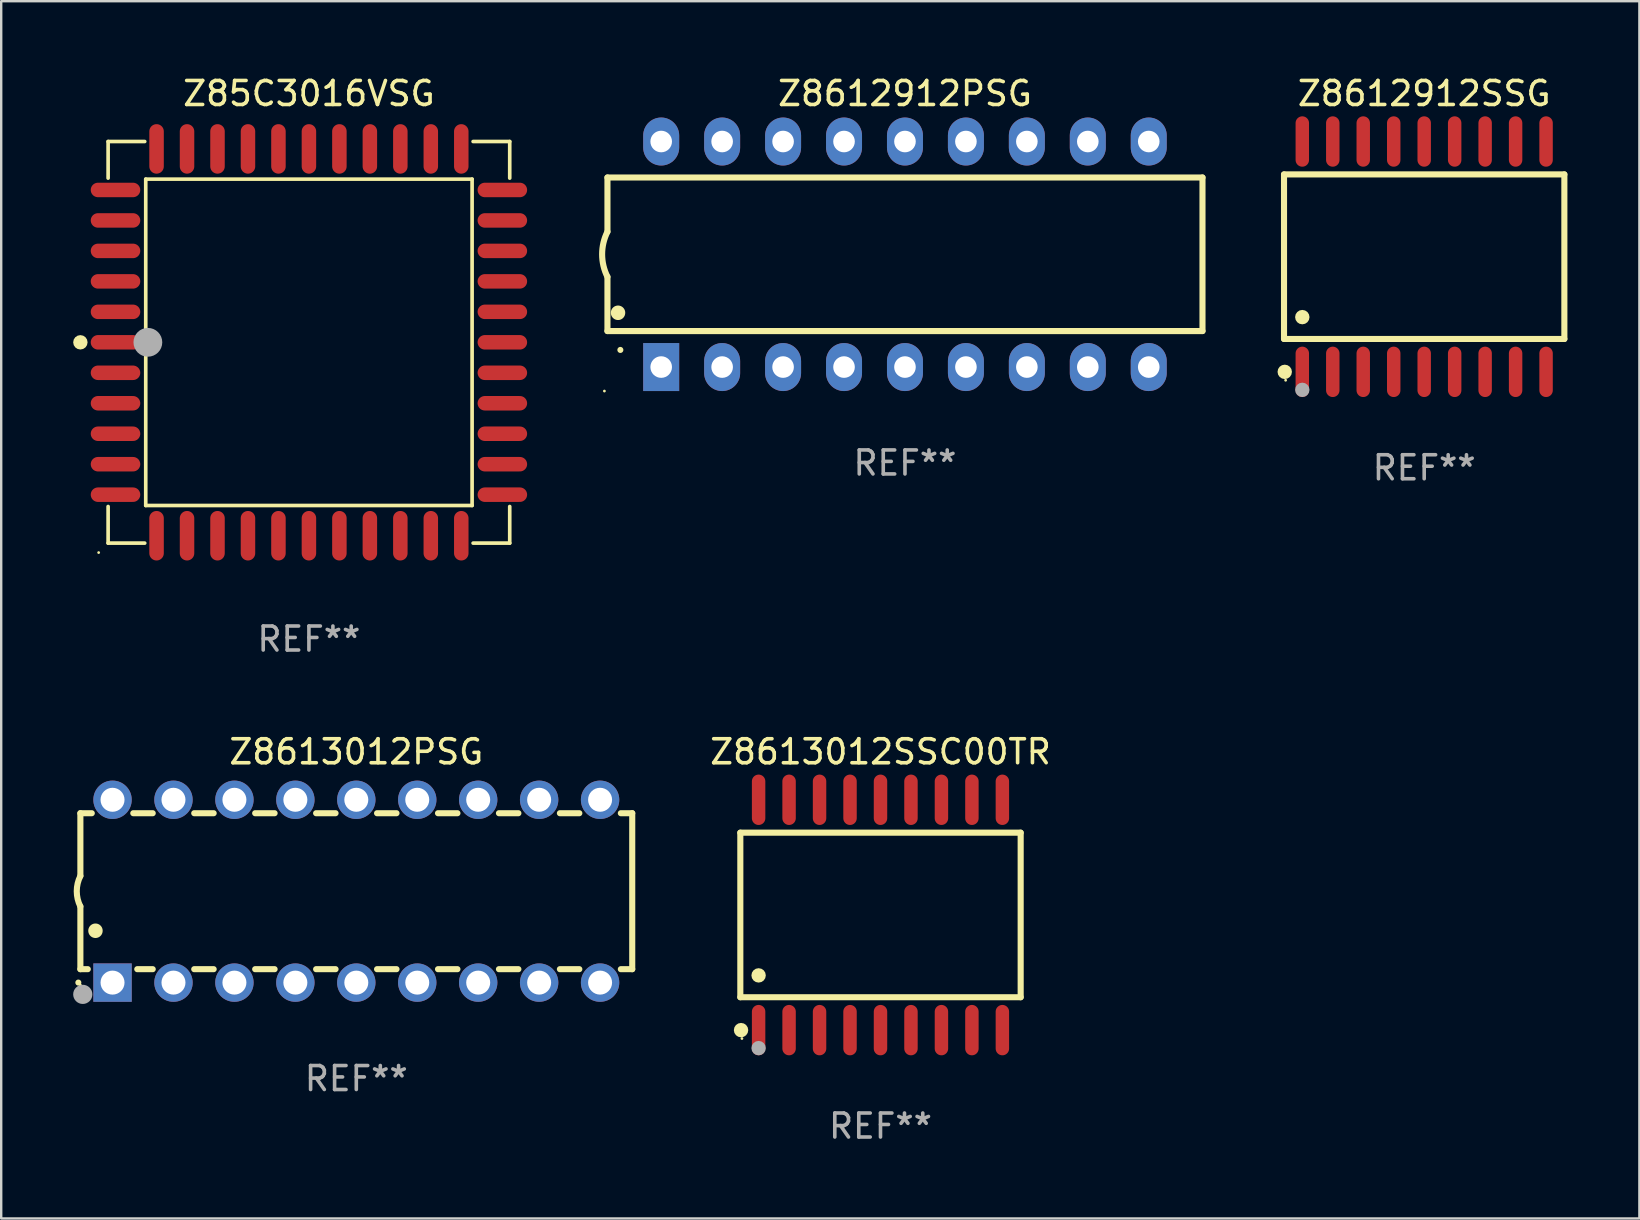
<source format=kicad_pcb>
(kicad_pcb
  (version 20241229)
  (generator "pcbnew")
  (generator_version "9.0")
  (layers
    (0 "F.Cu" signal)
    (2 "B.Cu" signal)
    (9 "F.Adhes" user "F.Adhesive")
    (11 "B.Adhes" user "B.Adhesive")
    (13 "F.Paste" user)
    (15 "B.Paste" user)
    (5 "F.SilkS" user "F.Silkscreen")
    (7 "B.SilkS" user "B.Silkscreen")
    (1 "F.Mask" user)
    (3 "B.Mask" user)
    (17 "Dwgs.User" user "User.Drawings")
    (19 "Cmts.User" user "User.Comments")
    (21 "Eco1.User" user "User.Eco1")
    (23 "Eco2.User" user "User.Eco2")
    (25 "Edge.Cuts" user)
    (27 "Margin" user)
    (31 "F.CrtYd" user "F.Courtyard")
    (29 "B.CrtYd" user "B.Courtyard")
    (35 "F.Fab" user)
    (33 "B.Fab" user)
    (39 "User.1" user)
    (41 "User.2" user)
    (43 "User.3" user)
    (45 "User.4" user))
  (footprint "Z8612912SSG"
    (layer "F.Cu")
    (at 56.307 7.648)
    (property "Reference" "Z8612912SSG" (at 0 -6.8 0) (layer "F.SilkS") (effects (font (size 1 1) (thickness 0.15))))
    (attr through_hole)
    (fp_line (start -5.842 -3.429) (end -5.842 3.429) (stroke (width 0.254) (type solid)) (layer "F.SilkS"))
    (fp_line (start -5.842 3.429) (end 5.842 3.429) (stroke (width 0.254) (type solid)) (layer "F.SilkS"))
    (fp_line (start 5.842 -3.429) (end -5.842 -3.429) (stroke (width 0.254) (type solid)) (layer "F.SilkS"))
    (fp_line (start 5.842 3.429) (end 5.842 -3.429) (stroke (width 0.254) (type solid)) (layer "F.SilkS"))
    (fp_circle (center -5.812 4.8) (end -5.662 4.8) (stroke (width 0.3) (type solid)) (fill no) (layer "F.SilkS"))
    (fp_circle (center -5.775 5.15) (end -5.745 5.15) (stroke (width 0.06) (type solid)) (fill no) (layer "F.SilkS"))
    (fp_circle (center -5.08 2.519) (end -4.93 2.519) (stroke (width 0.3) (type solid)) (fill no) (layer "F.SilkS"))
    (fp_circle (center -5.08 5.55) (end -4.93 5.55) (stroke (width 0.3) (type solid)) (fill no) (layer "F.Fab"))
    (fp_text user "REF**" (at 0 8.8 0) (layer "F.Fab") (effects (font (size 1 1) (thickness 0.15))))
    (pad "1" smd oval (at -5.08 4.8) (size 0.56 2.1) (layers "F.Cu" "F.Mask" "F.Paste"))
    (pad "2" smd oval (at -3.81 4.8) (size 0.56 2.1) (layers "F.Cu" "F.Mask" "F.Paste"))
    (pad "3" smd oval (at -2.54 4.8) (size 0.56 2.1) (layers "F.Cu" "F.Mask" "F.Paste"))
    (pad "4" smd oval (at -1.27 4.8) (size 0.56 2.1) (layers "F.Cu" "F.Mask" "F.Paste"))
    (pad "5" smd oval (at 0 4.8) (size 0.56 2.1) (layers "F.Cu" "F.Mask" "F.Paste"))
    (pad "6" smd oval (at 1.27 4.8) (size 0.56 2.1) (layers "F.Cu" "F.Mask" "F.Paste"))
    (pad "7" smd oval (at 2.54 4.8) (size 0.56 2.1) (layers "F.Cu" "F.Mask" "F.Paste"))
    (pad "8" smd oval (at 3.81 4.8) (size 0.56 2.1) (layers "F.Cu" "F.Mask" "F.Paste"))
    (pad "9" smd oval (at 5.08 4.8) (size 0.56 2.1) (layers "F.Cu" "F.Mask" "F.Paste"))
    (pad "10" smd oval (at 5.08 -4.8) (size 0.56 2.1) (layers "F.Cu" "F.Mask" "F.Paste"))
    (pad "11" smd oval (at 3.81 -4.8) (size 0.56 2.1) (layers "F.Cu" "F.Mask" "F.Paste"))
    (pad "12" smd oval (at 2.54 -4.8) (size 0.56 2.1) (layers "F.Cu" "F.Mask" "F.Paste"))
    (pad "13" smd oval (at 1.27 -4.8) (size 0.56 2.1) (layers "F.Cu" "F.Mask" "F.Paste"))
    (pad "14" smd oval (at 0 -4.8) (size 0.56 2.1) (layers "F.Cu" "F.Mask" "F.Paste"))
    (pad "15" smd oval (at -1.27 -4.8) (size 0.56 2.1) (layers "F.Cu" "F.Mask" "F.Paste"))
    (pad "16" smd oval (at -2.54 -4.8) (size 0.56 2.1) (layers "F.Cu" "F.Mask" "F.Paste"))
    (pad "17" smd oval (at -3.81 -4.8) (size 0.56 2.1) (layers "F.Cu" "F.Mask" "F.Paste"))
    (pad "18" smd oval (at -5.08 -4.8) (size 0.56 2.1) (layers "F.Cu" "F.Mask" "F.Paste")))
  (footprint "Z8613012SSC00TR"
    (layer "F.Cu")
    (at 33.647 35.083)
    (property "Reference" "Z8613012SSC00TR" (at 0 -6.8 0) (layer "F.SilkS") (effects (font (size 1 1) (thickness 0.15))))
    (attr through_hole)
    (fp_line (start -5.842 -3.429) (end -5.842 3.429) (stroke (width 0.254) (type solid)) (layer "F.SilkS"))
    (fp_line (start -5.842 3.429) (end 5.842 3.429) (stroke (width 0.254) (type solid)) (layer "F.SilkS"))
    (fp_line (start 5.842 -3.429) (end -5.842 -3.429) (stroke (width 0.254) (type solid)) (layer "F.SilkS"))
    (fp_line (start 5.842 3.429) (end 5.842 -3.429) (stroke (width 0.254) (type solid)) (layer "F.SilkS"))
    (fp_circle (center -5.812 4.8) (end -5.662 4.8) (stroke (width 0.3) (type solid)) (fill no) (layer "F.SilkS"))
    (fp_circle (center -5.775 5.15) (end -5.745 5.15) (stroke (width 0.06) (type solid)) (fill no) (layer "F.SilkS"))
    (fp_circle (center -5.08 2.519) (end -4.93 2.519) (stroke (width 0.3) (type solid)) (fill no) (layer "F.SilkS"))
    (fp_circle (center -5.08 5.55) (end -4.93 5.55) (stroke (width 0.3) (type solid)) (fill no) (layer "F.Fab"))
    (fp_text user "REF**" (at 0 8.8 0) (layer "F.Fab") (effects (font (size 1 1) (thickness 0.15))))
    (pad "1" smd oval (at -5.08 4.8) (size 0.56 2.1) (layers "F.Cu" "F.Mask" "F.Paste"))
    (pad "2" smd oval (at -3.81 4.8) (size 0.56 2.1) (layers "F.Cu" "F.Mask" "F.Paste"))
    (pad "3" smd oval (at -2.54 4.8) (size 0.56 2.1) (layers "F.Cu" "F.Mask" "F.Paste"))
    (pad "4" smd oval (at -1.27 4.8) (size 0.56 2.1) (layers "F.Cu" "F.Mask" "F.Paste"))
    (pad "5" smd oval (at 0 4.8) (size 0.56 2.1) (layers "F.Cu" "F.Mask" "F.Paste"))
    (pad "6" smd oval (at 1.27 4.8) (size 0.56 2.1) (layers "F.Cu" "F.Mask" "F.Paste"))
    (pad "7" smd oval (at 2.54 4.8) (size 0.56 2.1) (layers "F.Cu" "F.Mask" "F.Paste"))
    (pad "8" smd oval (at 3.81 4.8) (size 0.56 2.1) (layers "F.Cu" "F.Mask" "F.Paste"))
    (pad "9" smd oval (at 5.08 4.8) (size 0.56 2.1) (layers "F.Cu" "F.Mask" "F.Paste"))
    (pad "10" smd oval (at 5.08 -4.8) (size 0.56 2.1) (layers "F.Cu" "F.Mask" "F.Paste"))
    (pad "11" smd oval (at 3.81 -4.8) (size 0.56 2.1) (layers "F.Cu" "F.Mask" "F.Paste"))
    (pad "12" smd oval (at 2.54 -4.8) (size 0.56 2.1) (layers "F.Cu" "F.Mask" "F.Paste"))
    (pad "13" smd oval (at 1.27 -4.8) (size 0.56 2.1) (layers "F.Cu" "F.Mask" "F.Paste"))
    (pad "14" smd oval (at 0 -4.8) (size 0.56 2.1) (layers "F.Cu" "F.Mask" "F.Paste"))
    (pad "15" smd oval (at -1.27 -4.8) (size 0.56 2.1) (layers "F.Cu" "F.Mask" "F.Paste"))
    (pad "16" smd oval (at -2.54 -4.8) (size 0.56 2.1) (layers "F.Cu" "F.Mask" "F.Paste"))
    (pad "17" smd oval (at -3.81 -4.8) (size 0.56 2.1) (layers "F.Cu" "F.Mask" "F.Paste"))
    (pad "18" smd oval (at -5.08 -4.8) (size 0.56 2.1) (layers "F.Cu" "F.Mask" "F.Paste")))
  (footprint "Z8612912PSG"
    (layer "F.Cu")
    (at 34.667 7.548)
    (property "Reference" "Z8612912PSG" (at 0 -6.7 0) (layer "F.SilkS") (effects (font (size 1 1) (thickness 0.15))))
    (attr through_hole)
    (fp_line (start -12.4 -3.2) (end -12.4 -0.94) (stroke (width 0.254) (type solid)) (layer "F.SilkS"))
    (fp_line (start -12.4 -3.2) (end 12.4 -3.2) (stroke (width 0.254) (type solid)) (layer "F.SilkS"))
    (fp_line (start -12.4 3.2) (end -12.4 0.94) (stroke (width 0.254) (type solid)) (layer "F.SilkS"))
    (fp_line (start -12.4 3.2) (end 12.4 3.2) (stroke (width 0.254) (type solid)) (layer "F.SilkS"))
    (fp_line (start 12.4 -3.2) (end 12.4 3.2) (stroke (width 0.254) (type solid)) (layer "F.SilkS"))
    (fp_arc (start -12.400305 0.938531) (mid -12.621952 -0.000821) (end -12.400025 -0.940107) (stroke (width 0.254001) (type solid)) (layer "F.SilkS"))
    (fp_arc (start -11.958623 2.440843) (mid -11.958634 2.438303) (end -11.958623 2.435763) (stroke (width 0.6) (type solid)) (layer "F.SilkS"))
    (fp_arc (start -11.861824 3.987706) (mid -11.861831 3.986436) (end -11.861824 3.985166) (stroke (width 0.25) (type solid)) (layer "F.SilkS"))
    (fp_circle (center -12.527 5.7) (end -12.497 5.7) (stroke (width 0.06) (type solid)) (fill no) (layer "F.SilkS"))
    (fp_text user "REF**" (at 0 8.7 0) (layer "F.Fab") (effects (font (size 1 1) (thickness 0.15))))
    (pad "1" thru_hole rect (at -10.16 4.7 90) (size 2 1.5) (drill 0.9) (layers "*.Cu" "*.Mask"))
    (pad "2" thru_hole oval (at -7.62 4.7 90) (size 2 1.5) (drill 0.9) (layers "*.Cu" "*.Mask"))
    (pad "3" thru_hole oval (at -5.08 4.7 90) (size 2 1.5) (drill 0.9) (layers "*.Cu" "*.Mask"))
    (pad "4" thru_hole oval (at -2.54 4.7 90) (size 2 1.5) (drill 0.9) (layers "*.Cu" "*.Mask"))
    (pad "5" thru_hole oval (at 0 4.7 90) (size 2 1.5) (drill 0.9) (layers "*.Cu" "*.Mask"))
    (pad "6" thru_hole oval (at 2.54 4.7 90) (size 2 1.5) (drill 0.9) (layers "*.Cu" "*.Mask"))
    (pad "7" thru_hole oval (at 5.08 4.7 90) (size 2 1.5) (drill 0.9) (layers "*.Cu" "*.Mask"))
    (pad "8" thru_hole oval (at 7.62 4.7 90) (size 2 1.5) (drill 0.9) (layers "*.Cu" "*.Mask"))
    (pad "9" thru_hole oval (at 10.16 4.7 90) (size 2 1.5) (drill 0.9) (layers "*.Cu" "*.Mask"))
    (pad "10" thru_hole oval (at 10.16 -4.7 90) (size 2 1.5) (drill 0.9) (layers "*.Cu" "*.Mask"))
    (pad "11" thru_hole oval (at 7.62 -4.7 90) (size 2 1.5) (drill 0.9) (layers "*.Cu" "*.Mask"))
    (pad "12" thru_hole oval (at 5.08 -4.7 90) (size 2 1.5) (drill 0.9) (layers "*.Cu" "*.Mask"))
    (pad "13" thru_hole oval (at 2.54 -4.7 90) (size 2 1.5) (drill 0.9) (layers "*.Cu" "*.Mask"))
    (pad "14" thru_hole oval (at 0 -4.7 90) (size 2 1.5) (drill 0.9) (layers "*.Cu" "*.Mask"))
    (pad "15" thru_hole oval (at -2.54 -4.7 90) (size 2 1.5) (drill 0.9) (layers "*.Cu" "*.Mask"))
    (pad "16" thru_hole oval (at -5.08 -4.7 90) (size 2 1.5) (drill 0.9) (layers "*.Cu" "*.Mask"))
    (pad "17" thru_hole oval (at -7.62 -4.7 90) (size 2 1.5) (drill 0.9) (layers "*.Cu" "*.Mask"))
    (pad "18" thru_hole oval (at -10.16 -4.7 90) (size 2 1.5) (drill 0.9) (layers "*.Cu" "*.Mask")))
  (footprint "Z8613012PSG"
    (layer "F.Cu")
    (at 11.8 34.093)
    (property "Reference" "Z8613012PSG" (at 0 -5.81 0) (layer "F.SilkS") (effects (font (size 1 1) (thickness 0.15))))
    (attr through_hole)
    (fp_line (start -11.5 -3.25) (end -11.5 -0.635) (stroke (width 0.254) (type solid)) (layer "F.SilkS"))
    (fp_line (start -11.5 3.25) (end -11.5 0.635) (stroke (width 0.254) (type solid)) (layer "F.SilkS"))
    (fp_line (start -11.5 3.25) (end -11.191 3.25) (stroke (width 0.254) (type solid)) (layer "F.SilkS"))
    (fp_line (start -11.025 -3.25) (end -11.5 -3.25) (stroke (width 0.254) (type solid)) (layer "F.SilkS"))
    (fp_line (start -9.129 3.25) (end -8.485 3.25) (stroke (width 0.254) (type solid)) (layer "F.SilkS"))
    (fp_line (start -8.485 -3.25) (end -9.295 -3.25) (stroke (width 0.254) (type solid)) (layer "F.SilkS"))
    (fp_line (start -6.755 3.25) (end -5.945 3.25) (stroke (width 0.254) (type solid)) (layer "F.SilkS"))
    (fp_line (start -5.945 -3.25) (end -6.755 -3.25) (stroke (width 0.254) (type solid)) (layer "F.SilkS"))
    (fp_line (start -4.215 3.25) (end -3.405 3.25) (stroke (width 0.254) (type solid)) (layer "F.SilkS"))
    (fp_line (start -3.405 -3.25) (end -4.215 -3.25) (stroke (width 0.254) (type solid)) (layer "F.SilkS"))
    (fp_line (start -1.675 3.25) (end -0.865 3.25) (stroke (width 0.254) (type solid)) (layer "F.SilkS"))
    (fp_line (start -0.865 -3.25) (end -1.675 -3.25) (stroke (width 0.254) (type solid)) (layer "F.SilkS"))
    (fp_line (start 0.865 3.25) (end 1.675 3.25) (stroke (width 0.254) (type solid)) (layer "F.SilkS"))
    (fp_line (start 1.675 -3.25) (end 0.865 -3.25) (stroke (width 0.254) (type solid)) (layer "F.SilkS"))
    (fp_line (start 3.405 3.25) (end 4.215 3.25) (stroke (width 0.254) (type solid)) (layer "F.SilkS"))
    (fp_line (start 4.215 -3.25) (end 3.405 -3.25) (stroke (width 0.254) (type solid)) (layer "F.SilkS"))
    (fp_line (start 5.945 3.25) (end 6.755 3.25) (stroke (width 0.254) (type solid)) (layer "F.SilkS"))
    (fp_line (start 6.755 -3.25) (end 5.945 -3.25) (stroke (width 0.254) (type solid)) (layer "F.SilkS"))
    (fp_line (start 8.485 3.25) (end 9.295 3.25) (stroke (width 0.254) (type solid)) (layer "F.SilkS"))
    (fp_line (start 9.295 -3.25) (end 8.485 -3.25) (stroke (width 0.254) (type solid)) (layer "F.SilkS"))
    (fp_line (start 11.025 3.25) (end 11.5 3.25) (stroke (width 0.254) (type solid)) (layer "F.SilkS"))
    (fp_line (start 11.5 -3.25) (end 11.025 -3.25) (stroke (width 0.254) (type solid)) (layer "F.SilkS"))
    (fp_line (start 11.5 -3.25) (end 11.5 3.25) (stroke (width 0.254) (type solid)) (layer "F.SilkS"))
    (fp_arc (start -11.584963 3.810008) (mid -11.58497 3.808738) (end -11.584963 3.807468) (stroke (width 0.25) (type solid)) (layer "F.SilkS"))
    (fp_arc (start -11.501143 0.635001) (mid -11.650665 -0.000132) (end -11.500025 -0.635001) (stroke (width 0.254001) (type solid)) (layer "F.SilkS"))
    (fp_arc (start -10.871222 1.651003) (mid -10.871233 1.648463) (end -10.871222 1.645923) (stroke (width 0.6) (type solid)) (layer "F.SilkS"))
    (fp_circle (center -11.5 3.91) (end -11.47 3.91) (stroke (width 0.06) (type solid)) (fill no) (layer "F.SilkS"))
    (fp_circle (center -11.4 4.3) (end -11.2 4.3) (stroke (width 0.4) (type solid)) (fill no) (layer "F.Fab"))
    (fp_text user "REF**" (at 0 7.81 0) (layer "F.Fab") (effects (font (size 1 1) (thickness 0.15))))
    (pad "1" thru_hole rect (at -10.16 3.81 90) (size 1.6 1.6) (drill 1) (layers "*.Cu" "*.Mask"))
    (pad "2" thru_hole circle (at -7.62 3.81 90) (size 1.6 1.6) (drill 1) (layers "*.Cu" "*.Mask"))
    (pad "3" thru_hole circle (at -5.08 3.81 90) (size 1.6 1.6) (drill 1) (layers "*.Cu" "*.Mask"))
    (pad "4" thru_hole circle (at -2.54 3.81 90) (size 1.6 1.6) (drill 1) (layers "*.Cu" "*.Mask"))
    (pad "5" thru_hole circle (at 0 3.81 90) (size 1.6 1.6) (drill 1) (layers "*.Cu" "*.Mask"))
    (pad "6" thru_hole circle (at 2.54 3.81 90) (size 1.6 1.6) (drill 1) (layers "*.Cu" "*.Mask"))
    (pad "7" thru_hole circle (at 5.08 3.81 90) (size 1.6 1.6) (drill 1) (layers "*.Cu" "*.Mask"))
    (pad "8" thru_hole circle (at 7.62 3.81 90) (size 1.6 1.6) (drill 1) (layers "*.Cu" "*.Mask"))
    (pad "9" thru_hole circle (at 10.16 3.81 90) (size 1.6 1.6) (drill 1) (layers "*.Cu" "*.Mask"))
    (pad "10" thru_hole circle (at 10.16 -3.81 90) (size 1.6 1.6) (drill 1) (layers "*.Cu" "*.Mask"))
    (pad "11" thru_hole circle (at 7.62 -3.81 90) (size 1.6 1.6) (drill 1) (layers "*.Cu" "*.Mask"))
    (pad "12" thru_hole circle (at 5.08 -3.81 90) (size 1.6 1.6) (drill 1) (layers "*.Cu" "*.Mask"))
    (pad "13" thru_hole circle (at 2.54 -3.81 90) (size 1.6 1.6) (drill 1) (layers "*.Cu" "*.Mask"))
    (pad "14" thru_hole circle (at 0 -3.81 90) (size 1.6 1.6) (drill 1) (layers "*.Cu" "*.Mask"))
    (pad "15" thru_hole circle (at -2.54 -3.81 90) (size 1.6 1.6) (drill 1) (layers "*.Cu" "*.Mask"))
    (pad "16" thru_hole circle (at -5.08 -3.81 90) (size 1.6 1.6) (drill 1) (layers "*.Cu" "*.Mask"))
    (pad "17" thru_hole circle (at -7.62 -3.81 90) (size 1.6 1.6) (drill 1) (layers "*.Cu" "*.Mask"))
    (pad "18" thru_hole circle (at -10.16 -3.81 90) (size 1.6 1.6) (drill 1) (layers "*.Cu" "*.Mask")))
  (footprint "Z85C3016VSG"
    (layer "F.Cu")
    (at 9.825 11.217)
    (property "Reference" "Z85C3016VSG" (at 0 -10.369 0) (layer "F.SilkS") (effects (font (size 1 1) (thickness 0.15))))
    (attr through_hole)
    (fp_line (start -8.369 -8.369) (end -6.843 -8.369) (stroke (width 0.152) (type solid)) (layer "F.SilkS"))
    (fp_line (start -8.369 -6.843) (end -8.369 -8.369) (stroke (width 0.152) (type solid)) (layer "F.SilkS"))
    (fp_line (start -8.369 6.843) (end -8.369 8.369) (stroke (width 0.152) (type solid)) (layer "F.SilkS"))
    (fp_line (start -8.369 8.369) (end -6.843 8.369) (stroke (width 0.152) (type solid)) (layer "F.SilkS"))
    (fp_line (start -6.801 -6.801) (end 6.801 -6.801) (stroke (width 0.152) (type solid)) (layer "F.SilkS"))
    (fp_line (start -6.801 6.801) (end -6.801 -6.801) (stroke (width 0.152) (type solid)) (layer "F.SilkS"))
    (fp_line (start 6.801 -6.801) (end 6.801 6.801) (stroke (width 0.152) (type solid)) (layer "F.SilkS"))
    (fp_line (start 6.801 6.801) (end -6.801 6.801) (stroke (width 0.152) (type solid)) (layer "F.SilkS"))
    (fp_line (start 8.369 -8.369) (end 6.843 -8.369) (stroke (width 0.152) (type solid)) (layer "F.SilkS"))
    (fp_line (start 8.369 -6.843) (end 8.369 -8.369) (stroke (width 0.152) (type solid)) (layer "F.SilkS"))
    (fp_line (start 8.369 6.843) (end 8.369 8.369) (stroke (width 0.152) (type solid)) (layer "F.SilkS"))
    (fp_line (start 8.369 8.369) (end 6.843 8.369) (stroke (width 0.152) (type solid)) (layer "F.SilkS"))
    (fp_circle (center -9.525 -0.000127) (end -9.375 -0.000127) (stroke (width 0.3) (type solid)) (fill no) (layer "F.SilkS"))
    (fp_circle (center -8.763 8.763) (end -8.733 8.763) (stroke (width 0.06) (type solid)) (fill no) (layer "F.SilkS"))
    (fp_circle (center -6.712 -0.000127) (end -6.412 -0.000127) (stroke (width 0.6) (type solid)) (fill no) (layer "F.Fab"))
    (fp_text user "REF**" (at 0 12.369 0) (layer "F.Fab") (effects (font (size 1 1) (thickness 0.15))))
    (pad "1" smd oval (at -8.061 -0.000127 90) (size 0.604 2.064) (layers "F.Cu" "F.Mask" "F.Paste"))
    (pad "2" smd oval (at -8.061 1.27 90) (size 0.604 2.064) (layers "F.Cu" "F.Mask" "F.Paste"))
    (pad "3" smd oval (at -8.061 2.54 90) (size 0.604 2.064) (layers "F.Cu" "F.Mask" "F.Paste"))
    (pad "4" smd oval (at -8.061 3.81 90) (size 0.604 2.064) (layers "F.Cu" "F.Mask" "F.Paste"))
    (pad "5" smd oval (at -8.061 5.08 90) (size 0.604 2.064) (layers "F.Cu" "F.Mask" "F.Paste"))
    (pad "6" smd oval (at -8.061 6.35 90) (size 0.604 2.064) (layers "F.Cu" "F.Mask" "F.Paste"))
    (pad "7" smd oval (at -6.35 8.061 90) (size 2.064 0.604) (layers "F.Cu" "F.Mask" "F.Paste"))
    (pad "8" smd oval (at -5.08 8.061 90) (size 2.064 0.604) (layers "F.Cu" "F.Mask" "F.Paste"))
    (pad "9" smd oval (at -3.81 8.061 90) (size 2.064 0.604) (layers "F.Cu" "F.Mask" "F.Paste"))
    (pad "10" smd oval (at -2.54 8.061 90) (size 2.064 0.604) (layers "F.Cu" "F.Mask" "F.Paste"))
    (pad "11" smd oval (at -1.27 8.061 90) (size 2.064 0.604) (layers "F.Cu" "F.Mask" "F.Paste"))
    (pad "12" smd oval (at 0.000076 8.061 90) (size 2.064 0.604) (layers "F.Cu" "F.Mask" "F.Paste"))
    (pad "13" smd oval (at 1.27 8.061 90) (size 2.064 0.604) (layers "F.Cu" "F.Mask" "F.Paste"))
    (pad "14" smd oval (at 2.54 8.061 90) (size 2.064 0.604) (layers "F.Cu" "F.Mask" "F.Paste"))
    (pad "15" smd oval (at 3.81 8.061 90) (size 2.064 0.604) (layers "F.Cu" "F.Mask" "F.Paste"))
    (pad "16" smd oval (at 5.08 8.061 90) (size 2.064 0.604) (layers "F.Cu" "F.Mask" "F.Paste"))
    (pad "17" smd oval (at 6.35 8.061 90) (size 2.064 0.604) (layers "F.Cu" "F.Mask" "F.Paste"))
    (pad "18" smd oval (at 8.062 6.35 90) (size 0.604 2.064) (layers "F.Cu" "F.Mask" "F.Paste"))
    (pad "19" smd oval (at 8.062 5.08 90) (size 0.604 2.064) (layers "F.Cu" "F.Mask" "F.Paste"))
    (pad "20" smd oval (at 8.062 3.81 90) (size 0.604 2.064) (layers "F.Cu" "F.Mask" "F.Paste"))
    (pad "21" smd oval (at 8.062 2.54 90) (size 0.604 2.064) (layers "F.Cu" "F.Mask" "F.Paste"))
    (pad "22" smd oval (at 8.062 1.27 90) (size 0.604 2.064) (layers "F.Cu" "F.Mask" "F.Paste"))
    (pad "23" smd oval (at 8.062 -0.000127 90) (size 0.604 2.064) (layers "F.Cu" "F.Mask" "F.Paste"))
    (pad "24" smd oval (at 8.062 -1.27 90) (size 0.604 2.064) (layers "F.Cu" "F.Mask" "F.Paste"))
    (pad "25" smd oval (at 8.062 -2.54 90) (size 0.604 2.064) (layers "F.Cu" "F.Mask" "F.Paste"))
    (pad "26" smd oval (at 8.062 -3.81 90) (size 0.604 2.064) (layers "F.Cu" "F.Mask" "F.Paste"))
    (pad "27" smd oval (at 8.062 -5.08 90) (size 0.604 2.064) (layers "F.Cu" "F.Mask" "F.Paste"))
    (pad "28" smd oval (at 8.062 -6.35 90) (size 0.604 2.064) (layers "F.Cu" "F.Mask" "F.Paste"))
    (pad "29" smd oval (at 6.35 -8.061 90) (size 2.064 0.604) (layers "F.Cu" "F.Mask" "F.Paste"))
    (pad "30" smd oval (at 5.08 -8.061 90) (size 2.064 0.604) (layers "F.Cu" "F.Mask" "F.Paste"))
    (pad "31" smd oval (at 3.81 -8.061 90) (size 2.064 0.604) (layers "F.Cu" "F.Mask" "F.Paste"))
    (pad "32" smd oval (at 2.54 -8.061 90) (size 2.064 0.604) (layers "F.Cu" "F.Mask" "F.Paste"))
    (pad "33" smd oval (at 1.27 -8.061 90) (size 2.064 0.604) (layers "F.Cu" "F.Mask" "F.Paste"))
    (pad "34" smd oval (at 0.000076 -8.061 90) (size 2.064 0.604) (layers "F.Cu" "F.Mask" "F.Paste"))
    (pad "35" smd oval (at -1.27 -8.061 90) (size 2.064 0.604) (layers "F.Cu" "F.Mask" "F.Paste"))
    (pad "36" smd oval (at -2.54 -8.061 90) (size 2.064 0.604) (layers "F.Cu" "F.Mask" "F.Paste"))
    (pad "37" smd oval (at -3.81 -8.061 90) (size 2.064 0.604) (layers "F.Cu" "F.Mask" "F.Paste"))
    (pad "38" smd oval (at -5.08 -8.061 90) (size 2.064 0.604) (layers "F.Cu" "F.Mask" "F.Paste"))
    (pad "39" smd oval (at -6.35 -8.061 90) (size 2.064 0.604) (layers "F.Cu" "F.Mask" "F.Paste"))
    (pad "40" smd oval (at -8.061 -6.35 90) (size 0.604 2.064) (layers "F.Cu" "F.Mask" "F.Paste"))
    (pad "41" smd oval (at -8.061 -5.08 90) (size 0.604 2.064) (layers "F.Cu" "F.Mask" "F.Paste"))
    (pad "42" smd oval (at -8.061 -3.81 90) (size 0.604 2.064) (layers "F.Cu" "F.Mask" "F.Paste"))
    (pad "43" smd oval (at -8.061 -2.54 90) (size 0.604 2.064) (layers "F.Cu" "F.Mask" "F.Paste"))
    (pad "44" smd oval (at -8.061 -1.27 90) (size 0.604 2.064) (layers "F.Cu" "F.Mask" "F.Paste")))
  (gr_rect
    (start -3 -3)
    (end 65.276 47.732)
    (stroke (width 0.1) (type default))
    (fill no)
    (layer "Edge.Cuts")))
</source>
